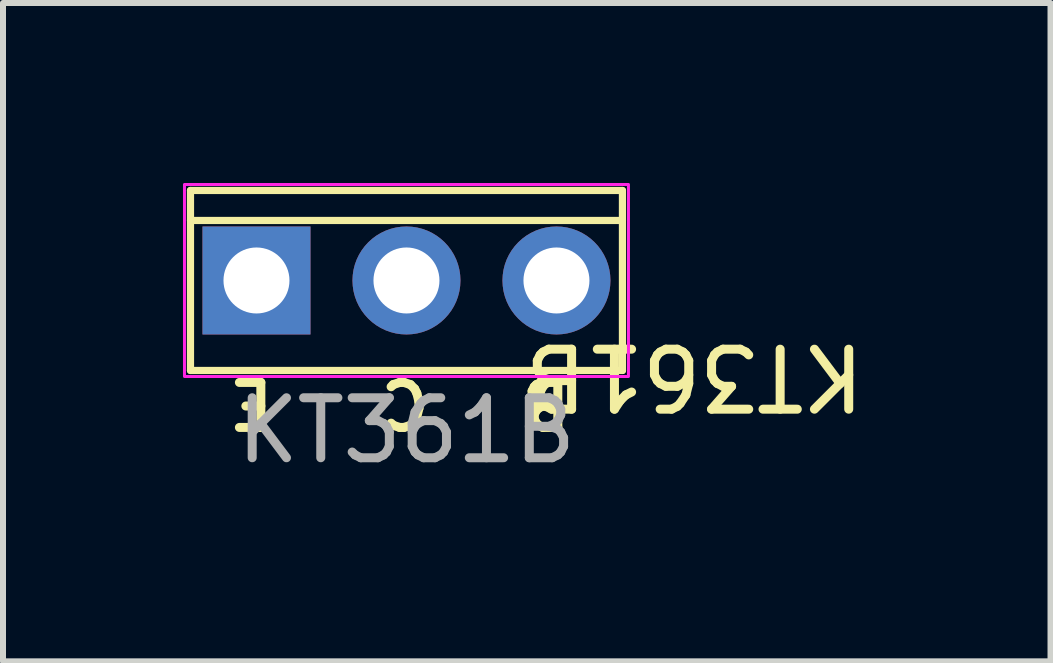
<source format=kicad_pcb>
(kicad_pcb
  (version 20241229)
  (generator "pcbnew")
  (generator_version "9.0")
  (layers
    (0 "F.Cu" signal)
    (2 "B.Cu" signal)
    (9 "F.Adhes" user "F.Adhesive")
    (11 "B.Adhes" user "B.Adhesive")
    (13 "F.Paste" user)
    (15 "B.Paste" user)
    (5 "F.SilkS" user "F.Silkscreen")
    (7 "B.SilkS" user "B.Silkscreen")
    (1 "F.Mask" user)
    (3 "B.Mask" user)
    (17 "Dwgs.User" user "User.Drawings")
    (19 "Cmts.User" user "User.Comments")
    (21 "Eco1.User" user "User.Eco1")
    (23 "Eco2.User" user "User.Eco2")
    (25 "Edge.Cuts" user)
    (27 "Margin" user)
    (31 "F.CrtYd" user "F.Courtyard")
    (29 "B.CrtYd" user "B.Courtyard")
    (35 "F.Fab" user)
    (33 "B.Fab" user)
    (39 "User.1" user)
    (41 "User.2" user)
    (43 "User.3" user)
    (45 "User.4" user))
  (footprint "КТ361В"
    (layer "F.Cu")
    (at 3.725 1.625)
    (property "Reference" "КТ361В" (at 4.8 1.6 180) (unlocked yes) (layer "F.SilkS") (effects (font (size 1 1) (thickness 0.15))))
    (attr through_hole)
    (fp_line (start -3.6 -1.5) (end -3.6 1.5) (stroke (width 0.12) (type default)) (layer "F.SilkS"))
    (fp_line (start -3.6 -1) (end 3.6 -1) (stroke (width 0.12) (type default)) (layer "F.SilkS"))
    (fp_line (start -3.6 1.5) (end 3.6 1.5) (stroke (width 0.12) (type default)) (layer "F.SilkS"))
    (fp_line (start 3.6 -1.5) (end -3.6 -1.5) (stroke (width 0.12) (type default)) (layer "F.SilkS"))
    (fp_line (start 3.6 1.5) (end 3.6 -1.5) (stroke (width 0.12) (type default)) (layer "F.SilkS"))
    (fp_rect (start -3.7 -1.6) (end 3.7 1.6) (stroke (width 0.05) (type default)) (fill no) (layer "F.CrtYd"))
    (fp_text user "B" (at 2.8 1.6 180) (unlocked yes) (layer "F.SilkS") (effects (font (size 0.75 0.75) (thickness 0.15)) (justify left bottom)))
    (fp_text user "C" (at 0.45 1.6 180) (unlocked yes) (layer "F.SilkS") (effects (font (size 0.75 0.75) (thickness 0.15)) (justify left bottom)))
    (fp_text user "E" (at -2.15 1.6 180) (unlocked yes) (layer "F.SilkS") (effects (font (size 0.75 0.75) (thickness 0.15)) (justify left bottom)))
    (fp_text user "${REFERENCE}" (at 0 2.5 0) (unlocked yes) (layer "F.Fab") (effects (font (size 1 1) (thickness 0.15))))
    (pad "1" thru_hole rect (at -2.5 0) (size 1.8 1.8) (drill 1.1) (layers "*.Cu" "*.Mask"))
    (pad "2" thru_hole circle (at 0 0) (size 1.8 1.8) (drill 1.1) (layers "*.Cu" "*.Mask"))
    (pad "3" thru_hole circle (at 2.5 0) (size 1.8 1.8) (drill 1.1) (layers "*.Cu" "*.Mask")))
  (gr_rect
    (start -3 -3)
    (end 14.46 7.973)
    (stroke (width 0.1) (type default))
    (fill no)
    (layer "Edge.Cuts")))
</source>
